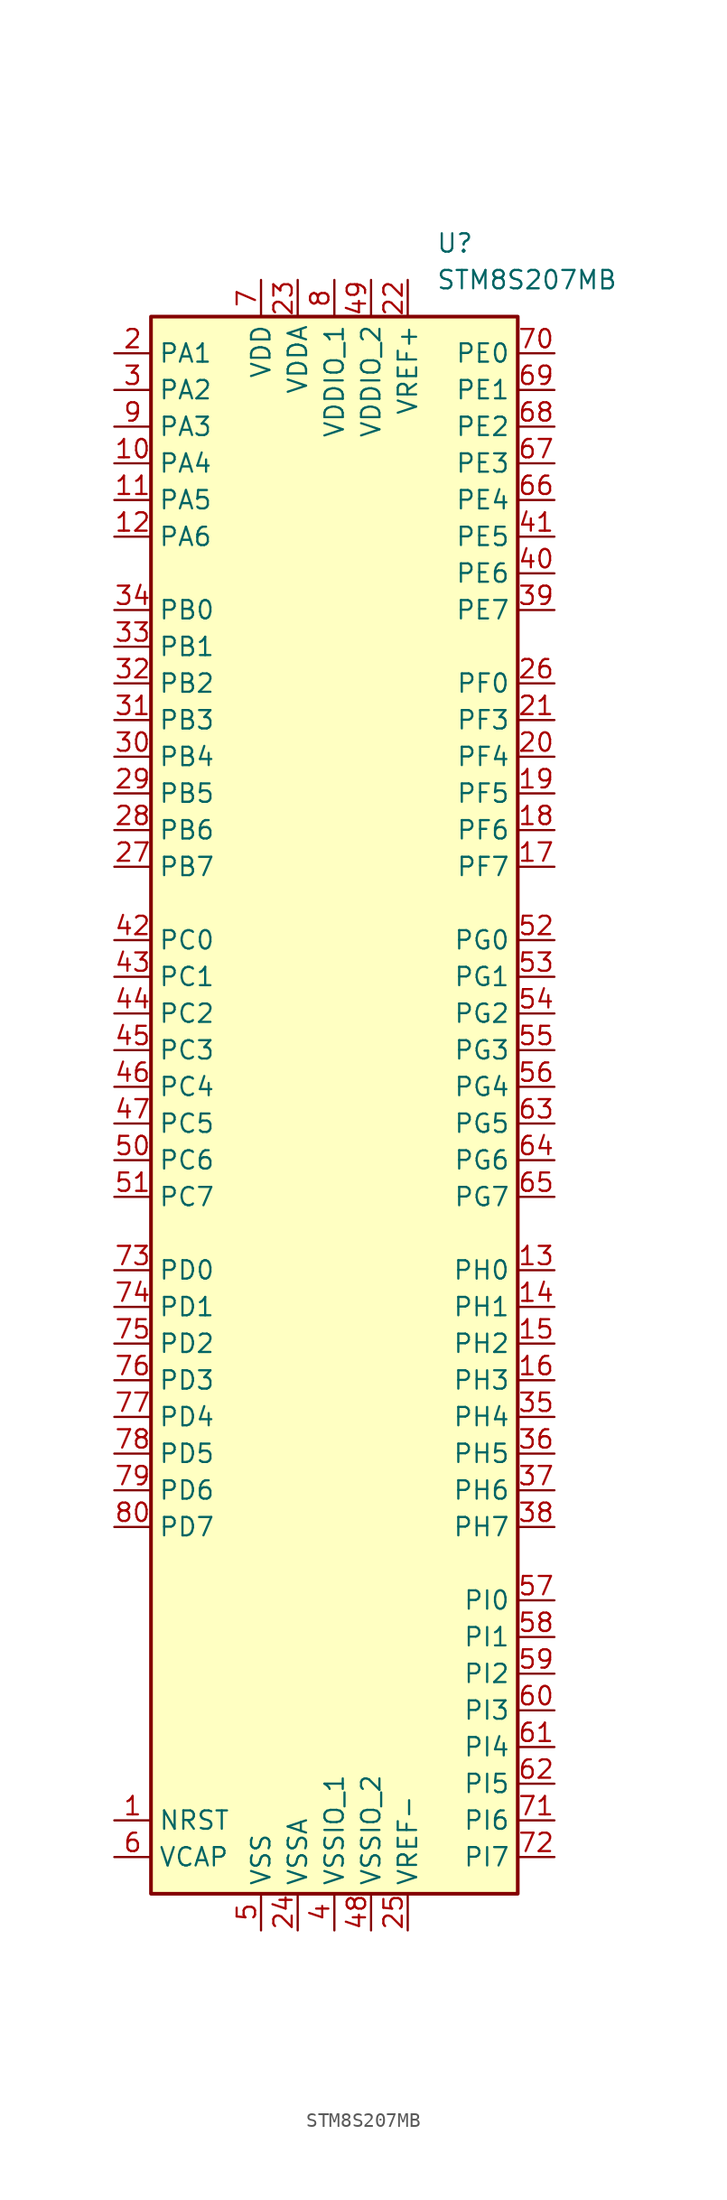
<source format=kicad_sym>
(kicad_symbol_lib
  (version 20241209)
  (generator "kicad_symbol_editor")
  (generator_version "9.0")
  (symbol "STM8S207MB"
    (property "Reference" "U"
      (at 7.036 58.42 0)
      (effects (font (size 1.27 1.27)) (justify left)))
    (property "Value" "STM8S207MB"
      (at 7.036 55.88 0)
      (effects (font (size 1.27 1.27)) (justify left)))
    (symbol "STM8S207MB_0_1"
      (rectangle (start -12.7 53.34) (end 12.7 -55.88) (stroke (width 0.254) (type default)) (fill (type background))))
    (symbol "STM8S207MB_1_0"
      (pin bidirectional line (at -15.24 10.16 0) (length 2.54) (name "PC0" (effects (font (size 1.27 1.27)))) (number "42" (effects (font (size 1.27 1.27)))))
      (pin bidirectional line (at 15.24 -12.7 180) (length 2.54) (name "PH0" (effects (font (size 1.27 1.27)))) (number "13" (effects (font (size 1.27 1.27)))))
      (pin bidirectional line (at 15.24 -15.24 180) (length 2.54) (name "PH1" (effects (font (size 1.27 1.27)))) (number "14" (effects (font (size 1.27 1.27)))))
      (pin bidirectional line (at 15.24 -17.78 180) (length 2.54) (name "PH2" (effects (font (size 1.27 1.27)))) (number "15" (effects (font (size 1.27 1.27)))))
      (pin bidirectional line (at 15.24 -20.32 180) (length 2.54) (name "PH3" (effects (font (size 1.27 1.27)))) (number "16" (effects (font (size 1.27 1.27)))))
      (pin bidirectional line (at 15.24 -22.86 180) (length 2.54) (name "PH4" (effects (font (size 1.27 1.27)))) (number "35" (effects (font (size 1.27 1.27)))))
      (pin bidirectional line (at 15.24 -25.4 180) (length 2.54) (name "PH5" (effects (font (size 1.27 1.27)))) (number "36" (effects (font (size 1.27 1.27)))))
      (pin bidirectional line (at 15.24 -27.94 180) (length 2.54) (name "PH6" (effects (font (size 1.27 1.27)))) (number "37" (effects (font (size 1.27 1.27)))))
      (pin bidirectional line (at 15.24 -30.48 180) (length 2.54) (name "PH7" (effects (font (size 1.27 1.27)))) (number "38" (effects (font (size 1.27 1.27)))))
      (pin bidirectional line (at 15.24 -35.56 180) (length 2.54) (name "PI0" (effects (font (size 1.27 1.27)))) (number "57" (effects (font (size 1.27 1.27)))))
      (pin bidirectional line (at 15.24 -38.1 180) (length 2.54) (name "PI1" (effects (font (size 1.27 1.27)))) (number "58" (effects (font (size 1.27 1.27)))))
      (pin bidirectional line (at 15.24 -40.64 180) (length 2.54) (name "PI2" (effects (font (size 1.27 1.27)))) (number "59" (effects (font (size 1.27 1.27)))))
      (pin bidirectional line (at 15.24 -43.18 180) (length 2.54) (name "PI3" (effects (font (size 1.27 1.27)))) (number "60" (effects (font (size 1.27 1.27)))))
      (pin bidirectional line (at 15.24 -45.72 180) (length 2.54) (name "PI4" (effects (font (size 1.27 1.27)))) (number "61" (effects (font (size 1.27 1.27)))))
      (pin bidirectional line (at 15.24 -48.26 180) (length 2.54) (name "PI5" (effects (font (size 1.27 1.27)))) (number "62" (effects (font (size 1.27 1.27)))))
      (pin bidirectional line (at 15.24 -50.8 180) (length 2.54) (name "PI6" (effects (font (size 1.27 1.27)))) (number "71" (effects (font (size 1.27 1.27)))))
      (pin bidirectional line (at 15.24 -53.34 180) (length 2.54) (name "PI7" (effects (font (size 1.27 1.27)))) (number "72" (effects (font (size 1.27 1.27))))))
    (symbol "STM8S207MB_1_1"
      (pin bidirectional line (at -15.24 50.8 0) (length 2.54) (name "PA1" (effects (font (size 1.27 1.27)))) (number "2" (effects (font (size 1.27 1.27)))))
      (pin bidirectional line (at -15.24 48.26 0) (length 2.54) (name "PA2" (effects (font (size 1.27 1.27)))) (number "3" (effects (font (size 1.27 1.27)))))
      (pin bidirectional line (at -15.24 45.72 0) (length 2.54) (name "PA3" (effects (font (size 1.27 1.27)))) (number "9" (effects (font (size 1.27 1.27)))))
      (pin bidirectional line (at -15.24 43.18 0) (length 2.54) (name "PA4" (effects (font (size 1.27 1.27)))) (number "10" (effects (font (size 1.27 1.27)))))
      (pin bidirectional line (at -15.24 40.64 0) (length 2.54) (name "PA5" (effects (font (size 1.27 1.27)))) (number "11" (effects (font (size 1.27 1.27)))))
      (pin bidirectional line (at -15.24 38.1 0) (length 2.54) (name "PA6" (effects (font (size 1.27 1.27)))) (number "12" (effects (font (size 1.27 1.27)))))
      (pin bidirectional line (at -15.24 33.02 0) (length 2.54) (name "PB0" (effects (font (size 1.27 1.27)))) (number "34" (effects (font (size 1.27 1.27)))))
      (pin bidirectional line (at -15.24 30.48 0) (length 2.54) (name "PB1" (effects (font (size 1.27 1.27)))) (number "33" (effects (font (size 1.27 1.27)))))
      (pin bidirectional line (at -15.24 27.94 0) (length 2.54) (name "PB2" (effects (font (size 1.27 1.27)))) (number "32" (effects (font (size 1.27 1.27)))))
      (pin bidirectional line (at -15.24 25.4 0) (length 2.54) (name "PB3" (effects (font (size 1.27 1.27)))) (number "31" (effects (font (size 1.27 1.27)))))
      (pin bidirectional line (at -15.24 22.86 0) (length 2.54) (name "PB4" (effects (font (size 1.27 1.27)))) (number "30" (effects (font (size 1.27 1.27)))))
      (pin bidirectional line (at -15.24 20.32 0) (length 2.54) (name "PB5" (effects (font (size 1.27 1.27)))) (number "29" (effects (font (size 1.27 1.27)))))
      (pin bidirectional line (at -15.24 17.78 0) (length 2.54) (name "PB6" (effects (font (size 1.27 1.27)))) (number "28" (effects (font (size 1.27 1.27)))))
      (pin bidirectional line (at -15.24 15.24 0) (length 2.54) (name "PB7" (effects (font (size 1.27 1.27)))) (number "27" (effects (font (size 1.27 1.27)))))
      (pin bidirectional line (at -15.24 7.62 0) (length 2.54) (name "PC1" (effects (font (size 1.27 1.27)))) (number "43" (effects (font (size 1.27 1.27)))))
      (pin bidirectional line (at -15.24 5.08 0) (length 2.54) (name "PC2" (effects (font (size 1.27 1.27)))) (number "44" (effects (font (size 1.27 1.27)))))
      (pin bidirectional line (at -15.24 2.54 0) (length 2.54) (name "PC3" (effects (font (size 1.27 1.27)))) (number "45" (effects (font (size 1.27 1.27)))))
      (pin bidirectional line (at -15.24 0 0) (length 2.54) (name "PC4" (effects (font (size 1.27 1.27)))) (number "46" (effects (font (size 1.27 1.27)))))
      (pin bidirectional line (at -15.24 -2.54 0) (length 2.54) (name "PC5" (effects (font (size 1.27 1.27)))) (number "47" (effects (font (size 1.27 1.27)))))
      (pin bidirectional line (at -15.24 -5.08 0) (length 2.54) (name "PC6" (effects (font (size 1.27 1.27)))) (number "50" (effects (font (size 1.27 1.27)))))
      (pin bidirectional line (at -15.24 -7.62 0) (length 2.54) (name "PC7" (effects (font (size 1.27 1.27)))) (number "51" (effects (font (size 1.27 1.27)))))
      (pin bidirectional line (at -15.24 -12.7 0) (length 2.54) (name "PD0" (effects (font (size 1.27 1.27)))) (number "73" (effects (font (size 1.27 1.27)))))
      (pin bidirectional line (at -15.24 -15.24 0) (length 2.54) (name "PD1" (effects (font (size 1.27 1.27)))) (number "74" (effects (font (size 1.27 1.27)))))
      (pin bidirectional line (at -15.24 -17.78 0) (length 2.54) (name "PD2" (effects (font (size 1.27 1.27)))) (number "75" (effects (font (size 1.27 1.27)))))
      (pin bidirectional line (at -15.24 -20.32 0) (length 2.54) (name "PD3" (effects (font (size 1.27 1.27)))) (number "76" (effects (font (size 1.27 1.27)))))
      (pin bidirectional line (at -15.24 -22.86 0) (length 2.54) (name "PD4" (effects (font (size 1.27 1.27)))) (number "77" (effects (font (size 1.27 1.27)))))
      (pin bidirectional line (at -15.24 -25.4 0) (length 2.54) (name "PD5" (effects (font (size 1.27 1.27)))) (number "78" (effects (font (size 1.27 1.27)))))
      (pin bidirectional line (at -15.24 -27.94 0) (length 2.54) (name "PD6" (effects (font (size 1.27 1.27)))) (number "79" (effects (font (size 1.27 1.27)))))
      (pin bidirectional line (at -15.24 -30.48 0) (length 2.54) (name "PD7" (effects (font (size 1.27 1.27)))) (number "80" (effects (font (size 1.27 1.27)))))
      (pin input line (at -15.24 -50.8 0) (length 2.54) (name "NRST" (effects (font (size 1.27 1.27)))) (number "1" (effects (font (size 1.27 1.27)))))
      (pin input line (at -15.24 -53.34 0) (length 2.54) (name "VCAP" (effects (font (size 1.27 1.27)))) (number "6" (effects (font (size 1.27 1.27)))))
      (pin power_in line (at -5.08 55.88 270) (length 2.54) (name "VDD" (effects (font (size 1.27 1.27)))) (number "7" (effects (font (size 1.27 1.27)))))
      (pin power_in line (at -5.08 -58.42 90) (length 2.54) (name "VSS" (effects (font (size 1.27 1.27)))) (number "5" (effects (font (size 1.27 1.27)))))
      (pin power_in line (at -2.54 55.88 270) (length 2.54) (name "VDDA" (effects (font (size 1.27 1.27)))) (number "23" (effects (font (size 1.27 1.27)))))
      (pin power_in line (at -2.54 -58.42 90) (length 2.54) (name "VSSA" (effects (font (size 1.27 1.27)))) (number "24" (effects (font (size 1.27 1.27)))))
      (pin power_in line (at 0 55.88 270) (length 2.54) (name "VDDIO_1" (effects (font (size 1.27 1.27)))) (number "8" (effects (font (size 1.27 1.27)))))
      (pin power_in line (at 0 -58.42 90) (length 2.54) (name "VSSIO_1" (effects (font (size 1.27 1.27)))) (number "4" (effects (font (size 1.27 1.27)))))
      (pin power_in line (at 2.54 55.88 270) (length 2.54) (name "VDDIO_2" (effects (font (size 1.27 1.27)))) (number "49" (effects (font (size 1.27 1.27)))))
      (pin power_in line (at 2.54 -58.42 90) (length 2.54) (name "VSSIO_2" (effects (font (size 1.27 1.27)))) (number "48" (effects (font (size 1.27 1.27)))))
      (pin power_in line (at 5.08 55.88 270) (length 2.54) (name "VREF+" (effects (font (size 1.27 1.27)))) (number "22" (effects (font (size 1.27 1.27)))))
      (pin power_in line (at 5.08 -58.42 90) (length 2.54) (name "VREF-" (effects (font (size 1.27 1.27)))) (number "25" (effects (font (size 1.27 1.27)))))
      (pin bidirectional line (at 15.24 50.8 180) (length 2.54) (name "PE0" (effects (font (size 1.27 1.27)))) (number "70" (effects (font (size 1.27 1.27)))))
      (pin bidirectional line (at 15.24 48.26 180) (length 2.54) (name "PE1" (effects (font (size 1.27 1.27)))) (number "69" (effects (font (size 1.27 1.27)))))
      (pin bidirectional line (at 15.24 45.72 180) (length 2.54) (name "PE2" (effects (font (size 1.27 1.27)))) (number "68" (effects (font (size 1.27 1.27)))))
      (pin bidirectional line (at 15.24 43.18 180) (length 2.54) (name "PE3" (effects (font (size 1.27 1.27)))) (number "67" (effects (font (size 1.27 1.27)))))
      (pin bidirectional line (at 15.24 40.64 180) (length 2.54) (name "PE4" (effects (font (size 1.27 1.27)))) (number "66" (effects (font (size 1.27 1.27)))))
      (pin bidirectional line (at 15.24 38.1 180) (length 2.54) (name "PE5" (effects (font (size 1.27 1.27)))) (number "41" (effects (font (size 1.27 1.27)))))
      (pin bidirectional line (at 15.24 35.56 180) (length 2.54) (name "PE6" (effects (font (size 1.27 1.27)))) (number "40" (effects (font (size 1.27 1.27)))))
      (pin bidirectional line (at 15.24 33.02 180) (length 2.54) (name "PE7" (effects (font (size 1.27 1.27)))) (number "39" (effects (font (size 1.27 1.27)))))
      (pin bidirectional line (at 15.24 27.94 180) (length 2.54) (name "PF0" (effects (font (size 1.27 1.27)))) (number "26" (effects (font (size 1.27 1.27)))))
      (pin bidirectional line (at 15.24 25.4 180) (length 2.54) (name "PF3" (effects (font (size 1.27 1.27)))) (number "21" (effects (font (size 1.27 1.27)))))
      (pin bidirectional line (at 15.24 22.86 180) (length 2.54) (name "PF4" (effects (font (size 1.27 1.27)))) (number "20" (effects (font (size 1.27 1.27)))))
      (pin bidirectional line (at 15.24 20.32 180) (length 2.54) (name "PF5" (effects (font (size 1.27 1.27)))) (number "19" (effects (font (size 1.27 1.27)))))
      (pin bidirectional line (at 15.24 17.78 180) (length 2.54) (name "PF6" (effects (font (size 1.27 1.27)))) (number "18" (effects (font (size 1.27 1.27)))))
      (pin bidirectional line (at 15.24 15.24 180) (length 2.54) (name "PF7" (effects (font (size 1.27 1.27)))) (number "17" (effects (font (size 1.27 1.27)))))
      (pin bidirectional line (at 15.24 10.16 180) (length 2.54) (name "PG0" (effects (font (size 1.27 1.27)))) (number "52" (effects (font (size 1.27 1.27)))))
      (pin bidirectional line (at 15.24 7.62 180) (length 2.54) (name "PG1" (effects (font (size 1.27 1.27)))) (number "53" (effects (font (size 1.27 1.27)))))
      (pin bidirectional line (at 15.24 5.08 180) (length 2.54) (name "PG2" (effects (font (size 1.27 1.27)))) (number "54" (effects (font (size 1.27 1.27)))))
      (pin bidirectional line (at 15.24 2.54 180) (length 2.54) (name "PG3" (effects (font (size 1.27 1.27)))) (number "55" (effects (font (size 1.27 1.27)))))
      (pin bidirectional line (at 15.24 0 180) (length 2.54) (name "PG4" (effects (font (size 1.27 1.27)))) (number "56" (effects (font (size 1.27 1.27)))))
      (pin bidirectional line (at 15.24 -2.54 180) (length 2.54) (name "PG5" (effects (font (size 1.27 1.27)))) (number "63" (effects (font (size 1.27 1.27)))))
      (pin bidirectional line (at 15.24 -5.08 180) (length 2.54) (name "PG6" (effects (font (size 1.27 1.27)))) (number "64" (effects (font (size 1.27 1.27)))))
      (pin bidirectional line (at 15.24 -7.62 180) (length 2.54) (name "PG7" (effects (font (size 1.27 1.27)))) (number "65" (effects (font (size 1.27 1.27))))))))
</source>
